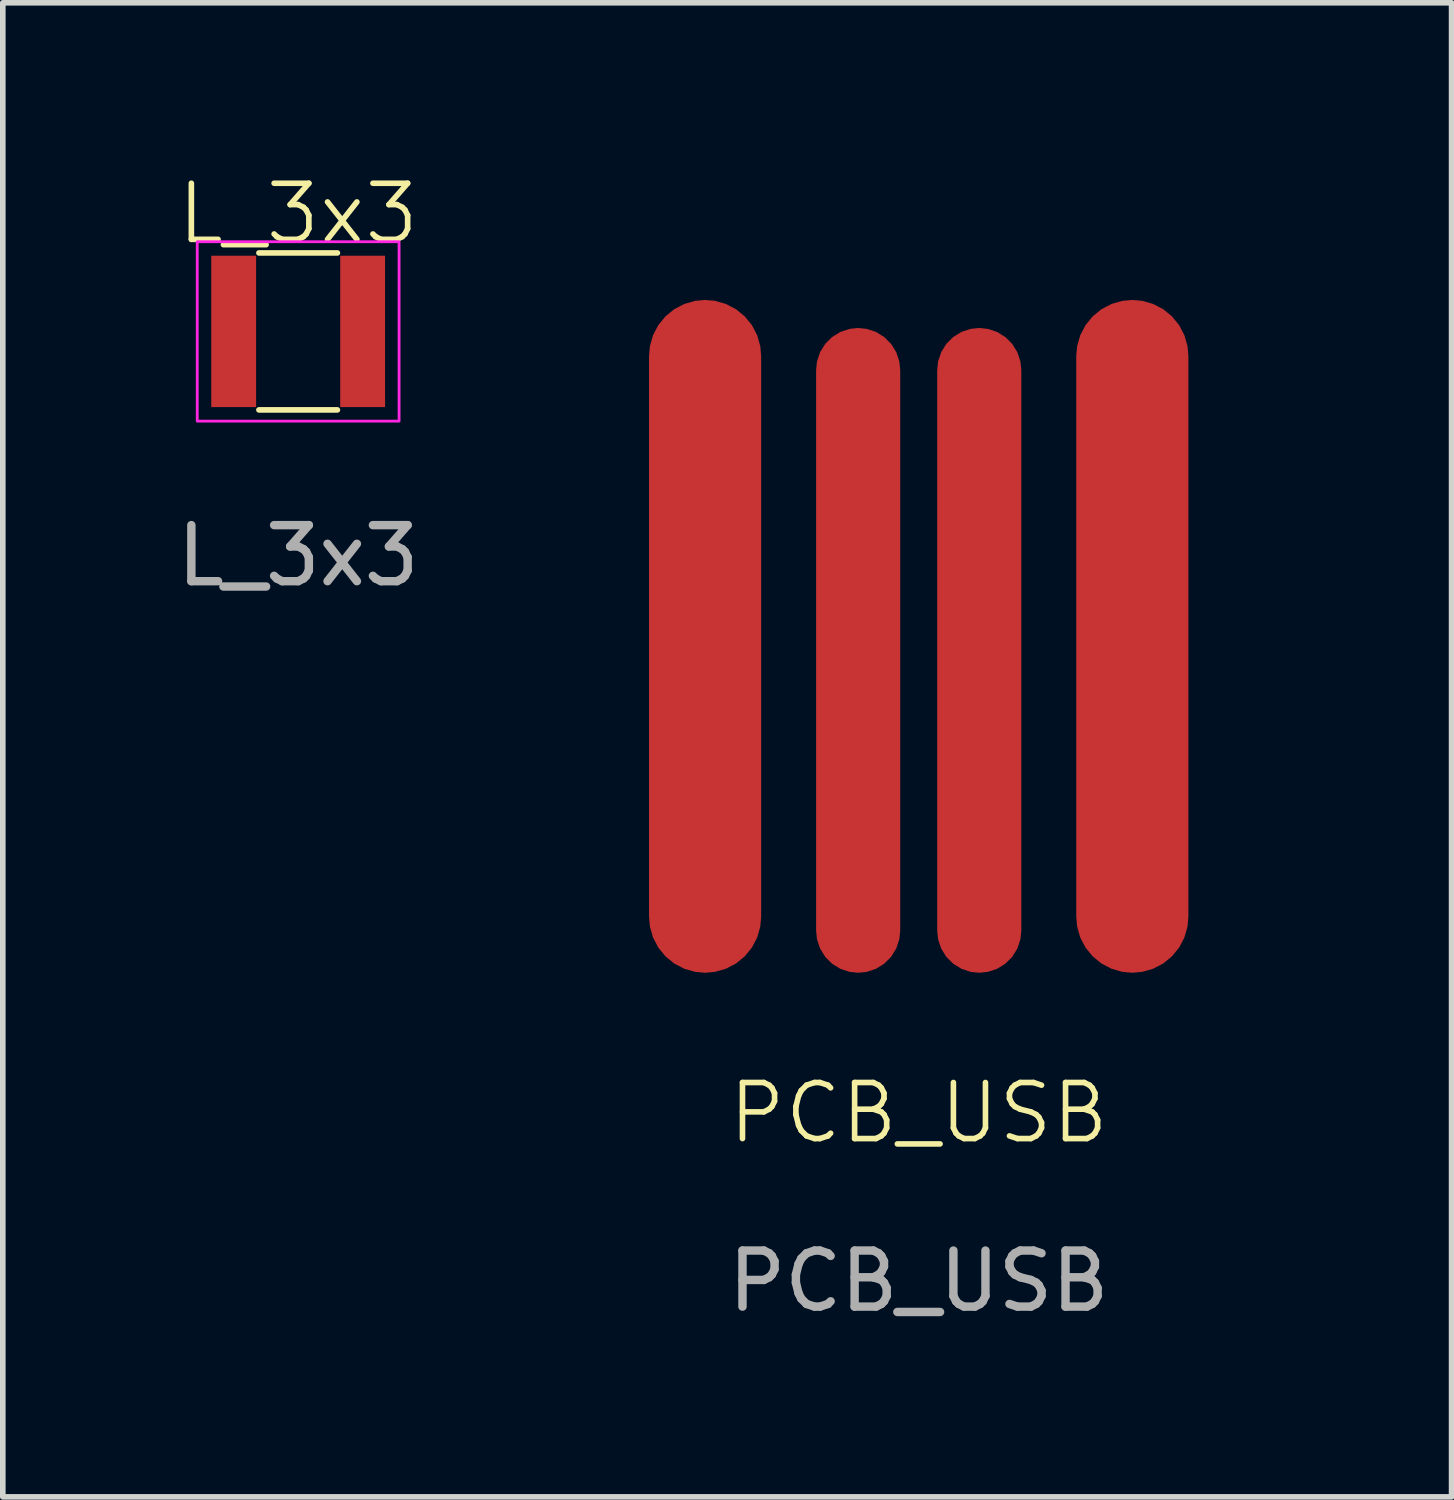
<source format=kicad_pcb>
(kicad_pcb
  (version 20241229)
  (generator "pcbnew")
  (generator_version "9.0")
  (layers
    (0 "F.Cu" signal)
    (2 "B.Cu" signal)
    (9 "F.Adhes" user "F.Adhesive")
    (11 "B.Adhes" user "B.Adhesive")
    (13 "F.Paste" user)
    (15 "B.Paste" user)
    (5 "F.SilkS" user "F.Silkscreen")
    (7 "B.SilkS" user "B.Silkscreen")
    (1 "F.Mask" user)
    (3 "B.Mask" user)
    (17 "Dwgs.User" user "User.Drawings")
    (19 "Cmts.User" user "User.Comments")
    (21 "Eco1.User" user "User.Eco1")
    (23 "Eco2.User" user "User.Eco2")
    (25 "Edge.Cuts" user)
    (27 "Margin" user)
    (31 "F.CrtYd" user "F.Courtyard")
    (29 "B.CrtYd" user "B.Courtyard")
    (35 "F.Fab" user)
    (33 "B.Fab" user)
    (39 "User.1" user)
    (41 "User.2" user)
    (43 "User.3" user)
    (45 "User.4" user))
  (footprint "PCB_USB"
    (layer "F.Cu")
    (at 13.336 8.3)
    (property "Reference" "PCB_USB" (at 0 8.5 0) (unlocked yes) (layer "F.SilkS") (effects (font (size 1 1) (thickness 0.1))))
    (attr smd)
    (fp_text user "${REFERENCE}" (at 0 11.5 0) (unlocked yes) (layer "F.Fab") (effects (font (size 1 1) (thickness 0.15))))
    (fp_text user "V+ D- D+ GND" (at -5.5 -7 0) (unlocked yes) (layer "User.1") (effects (font (size 1 1) (thickness 0.1)) (justify left bottom)))
    (fp_text user "STECK ->" (at -4.5 2 90) (unlocked yes) (layer "User.1") (effects (font (size 1 1) (thickness 0.1)) (justify left bottom)))
    (pad "1" smd roundrect (at -3.81 0) (size 2 12) (layers "F.Cu" "F.Mask") (roundrect_rratio 0.5))
    (pad "2" smd roundrect (at -1.08 0.25) (size 1.5 11.5) (layers "F.Cu" "F.Mask") (roundrect_rratio 0.5))
    (pad "3" smd roundrect (at 1.08 0.25) (size 1.5 11.5) (layers "F.Cu" "F.Mask") (roundrect_rratio 0.5))
    (pad "4" smd roundrect (at 3.81 0) (size 2 12) (layers "F.Cu" "F.Mask") (roundrect_rratio 0.5)))
  (footprint "L_3x3"
    (layer "F.Cu")
    (at 2.268 2.861)
    (property "Reference" "L_3x3" (at 0 -2.1 0) (unlocked yes) (layer "F.SilkS") (effects (font (size 1 1) (thickness 0.1))))
    (attr smd)
    (fp_line (start -0.7 -1.4) (end 0.7 -1.4) (stroke (width 0.1) (type default)) (layer "F.SilkS"))
    (fp_line (start -0.7 1.4) (end 0.7 1.4) (stroke (width 0.1) (type default)) (layer "F.SilkS"))
    (fp_rect (start -1.8 -1.6) (end 1.8 1.6) (stroke (width 0.05) (type default)) (fill no) (layer "F.CrtYd"))
    (fp_text user "${REFERENCE}" (at 0 4 0) (unlocked yes) (layer "F.Fab") (effects (font (size 1 1) (thickness 0.15))))
    (pad "1" smd rect (at -1.15 0) (size 0.8 2.7) (layers "F.Cu" "F.Mask" "F.Paste"))
    (pad "2" smd rect (at 1.15 0) (size 0.8 2.7) (layers "F.Cu" "F.Mask" "F.Paste")))
  (gr_rect
    (start -3 -3)
    (end 22.84 23.648)
    (stroke (width 0.1) (type default))
    (fill no)
    (layer "Edge.Cuts")))
</source>
